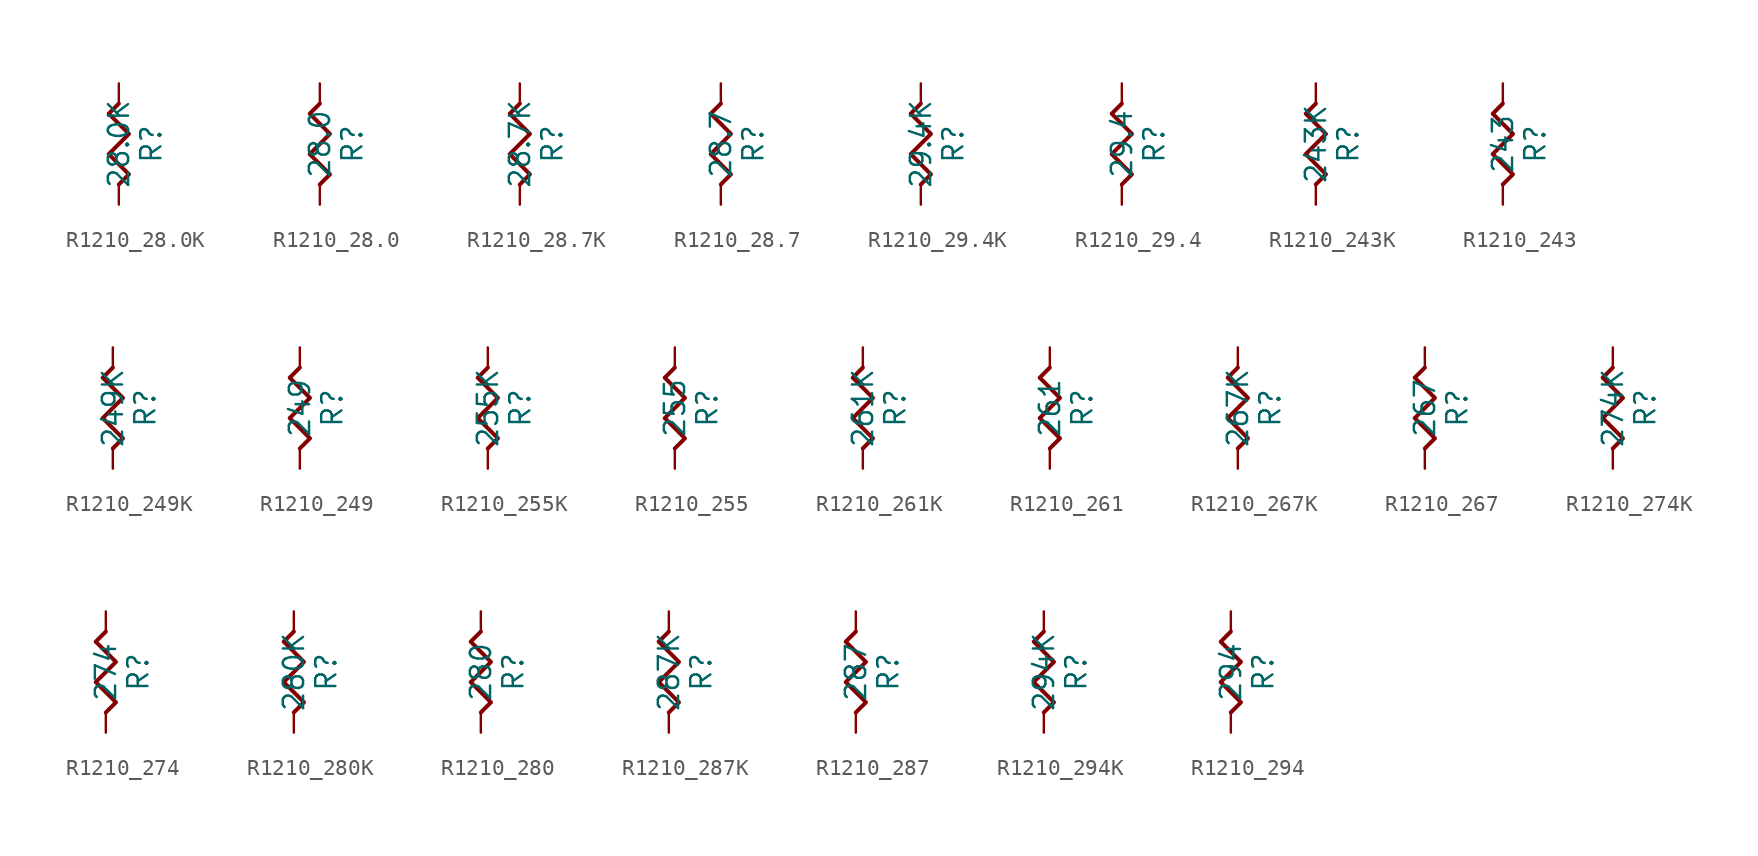
<source format=kicad_sym>
(kicad_symbol_lib
  (version 20211014)
  (generator atlantix-eda)
  (symbol "R1210_28.0K"
    (pin_numbers hide)
    (pin_names
      (offset 0))
    (property "Reference" "R"
      (at 2.032 0 90)
      (effects (font (size 1.27 1.27))))
    (property "Value" "28.0K"
      (at 0 0 90)
      (effects (font (size 1.27 1.27))))
    (symbol "R1210_28.0K_0_1"
      (polyline (pts (xy 0 -2.54) (xy 0.635 -1.905) (xy -0.635 -0.635) (xy 0.635 0.635) (xy -0.635 1.905) (xy 0 2.54)) (stroke (width 0.254) (type default) (color 0 0 0 0)) (fill (type none))))
    (symbol "R1210_28.0K_1_1"
      (pin passive line (at 0 3.81 270) (length 1.27) (name "~" (effects (font (size 1.27 1.27)))) (number "1" (effects (font (size 1.27 1.27)))))
      (pin passive line (at 0 -3.81 90) (length 1.27) (name "~" (effects (font (size 1.27 1.27)))) (number "2" (effects (font (size 1.27 1.27)))))))
  (symbol "R1210_28.0"
    (pin_numbers hide)
    (pin_names
      (offset 0))
    (property "Reference" "R"
      (at 2.032 0 90)
      (effects (font (size 1.27 1.27))))
    (property "Value" "28.0"
      (at 0 0 90)
      (effects (font (size 1.27 1.27))))
    (symbol "R1210_28.0_0_1"
      (polyline (pts (xy 0 -2.54) (xy 0.635 -1.905) (xy -0.635 -0.635) (xy 0.635 0.635) (xy -0.635 1.905) (xy 0 2.54)) (stroke (width 0.254) (type default) (color 0 0 0 0)) (fill (type none))))
    (symbol "R1210_28.0_1_1"
      (pin passive line (at 0 3.81 270) (length 1.27) (name "~" (effects (font (size 1.27 1.27)))) (number "1" (effects (font (size 1.27 1.27)))))
      (pin passive line (at 0 -3.81 90) (length 1.27) (name "~" (effects (font (size 1.27 1.27)))) (number "2" (effects (font (size 1.27 1.27)))))))
  (symbol "R1210_28.7K"
    (pin_numbers hide)
    (pin_names
      (offset 0))
    (property "Reference" "R"
      (at 2.032 0 90)
      (effects (font (size 1.27 1.27))))
    (property "Value" "28.7K"
      (at 0 0 90)
      (effects (font (size 1.27 1.27))))
    (symbol "R1210_28.7K_0_1"
      (polyline (pts (xy 0 -2.54) (xy 0.635 -1.905) (xy -0.635 -0.635) (xy 0.635 0.635) (xy -0.635 1.905) (xy 0 2.54)) (stroke (width 0.254) (type default) (color 0 0 0 0)) (fill (type none))))
    (symbol "R1210_28.7K_1_1"
      (pin passive line (at 0 3.81 270) (length 1.27) (name "~" (effects (font (size 1.27 1.27)))) (number "1" (effects (font (size 1.27 1.27)))))
      (pin passive line (at 0 -3.81 90) (length 1.27) (name "~" (effects (font (size 1.27 1.27)))) (number "2" (effects (font (size 1.27 1.27)))))))
  (symbol "R1210_28.7"
    (pin_numbers hide)
    (pin_names
      (offset 0))
    (property "Reference" "R"
      (at 2.032 0 90)
      (effects (font (size 1.27 1.27))))
    (property "Value" "28.7"
      (at 0 0 90)
      (effects (font (size 1.27 1.27))))
    (symbol "R1210_28.7_0_1"
      (polyline (pts (xy 0 -2.54) (xy 0.635 -1.905) (xy -0.635 -0.635) (xy 0.635 0.635) (xy -0.635 1.905) (xy 0 2.54)) (stroke (width 0.254) (type default) (color 0 0 0 0)) (fill (type none))))
    (symbol "R1210_28.7_1_1"
      (pin passive line (at 0 3.81 270) (length 1.27) (name "~" (effects (font (size 1.27 1.27)))) (number "1" (effects (font (size 1.27 1.27)))))
      (pin passive line (at 0 -3.81 90) (length 1.27) (name "~" (effects (font (size 1.27 1.27)))) (number "2" (effects (font (size 1.27 1.27)))))))
  (symbol "R1210_29.4K"
    (pin_numbers hide)
    (pin_names
      (offset 0))
    (property "Reference" "R"
      (at 2.032 0 90)
      (effects (font (size 1.27 1.27))))
    (property "Value" "29.4K"
      (at 0 0 90)
      (effects (font (size 1.27 1.27))))
    (symbol "R1210_29.4K_0_1"
      (polyline (pts (xy 0 -2.54) (xy 0.635 -1.905) (xy -0.635 -0.635) (xy 0.635 0.635) (xy -0.635 1.905) (xy 0 2.54)) (stroke (width 0.254) (type default) (color 0 0 0 0)) (fill (type none))))
    (symbol "R1210_29.4K_1_1"
      (pin passive line (at 0 3.81 270) (length 1.27) (name "~" (effects (font (size 1.27 1.27)))) (number "1" (effects (font (size 1.27 1.27)))))
      (pin passive line (at 0 -3.81 90) (length 1.27) (name "~" (effects (font (size 1.27 1.27)))) (number "2" (effects (font (size 1.27 1.27)))))))
  (symbol "R1210_29.4"
    (pin_numbers hide)
    (pin_names
      (offset 0))
    (property "Reference" "R"
      (at 2.032 0 90)
      (effects (font (size 1.27 1.27))))
    (property "Value" "29.4"
      (at 0 0 90)
      (effects (font (size 1.27 1.27))))
    (symbol "R1210_29.4_0_1"
      (polyline (pts (xy 0 -2.54) (xy 0.635 -1.905) (xy -0.635 -0.635) (xy 0.635 0.635) (xy -0.635 1.905) (xy 0 2.54)) (stroke (width 0.254) (type default) (color 0 0 0 0)) (fill (type none))))
    (symbol "R1210_29.4_1_1"
      (pin passive line (at 0 3.81 270) (length 1.27) (name "~" (effects (font (size 1.27 1.27)))) (number "1" (effects (font (size 1.27 1.27)))))
      (pin passive line (at 0 -3.81 90) (length 1.27) (name "~" (effects (font (size 1.27 1.27)))) (number "2" (effects (font (size 1.27 1.27)))))))
  (symbol "R1210_243K"
    (pin_numbers hide)
    (pin_names
      (offset 0))
    (property "Reference" "R"
      (at 2.032 0 90)
      (effects (font (size 1.27 1.27))))
    (property "Value" "243K"
      (at 0 0 90)
      (effects (font (size 1.27 1.27))))
    (symbol "R1210_243K_0_1"
      (polyline (pts (xy 0 -2.54) (xy 0.635 -1.905) (xy -0.635 -0.635) (xy 0.635 0.635) (xy -0.635 1.905) (xy 0 2.54)) (stroke (width 0.254) (type default) (color 0 0 0 0)) (fill (type none))))
    (symbol "R1210_243K_1_1"
      (pin passive line (at 0 3.81 270) (length 1.27) (name "~" (effects (font (size 1.27 1.27)))) (number "1" (effects (font (size 1.27 1.27)))))
      (pin passive line (at 0 -3.81 90) (length 1.27) (name "~" (effects (font (size 1.27 1.27)))) (number "2" (effects (font (size 1.27 1.27)))))))
  (symbol "R1210_243"
    (pin_numbers hide)
    (pin_names
      (offset 0))
    (property "Reference" "R"
      (at 2.032 0 90)
      (effects (font (size 1.27 1.27))))
    (property "Value" "243"
      (at 0 0 90)
      (effects (font (size 1.27 1.27))))
    (symbol "R1210_243_0_1"
      (polyline (pts (xy 0 -2.54) (xy 0.635 -1.905) (xy -0.635 -0.635) (xy 0.635 0.635) (xy -0.635 1.905) (xy 0 2.54)) (stroke (width 0.254) (type default) (color 0 0 0 0)) (fill (type none))))
    (symbol "R1210_243_1_1"
      (pin passive line (at 0 3.81 270) (length 1.27) (name "~" (effects (font (size 1.27 1.27)))) (number "1" (effects (font (size 1.27 1.27)))))
      (pin passive line (at 0 -3.81 90) (length 1.27) (name "~" (effects (font (size 1.27 1.27)))) (number "2" (effects (font (size 1.27 1.27)))))))
  (symbol "R1210_249K"
    (pin_numbers hide)
    (pin_names
      (offset 0))
    (property "Reference" "R"
      (at 2.032 0 90)
      (effects (font (size 1.27 1.27))))
    (property "Value" "249K"
      (at 0 0 90)
      (effects (font (size 1.27 1.27))))
    (symbol "R1210_249K_0_1"
      (polyline (pts (xy 0 -2.54) (xy 0.635 -1.905) (xy -0.635 -0.635) (xy 0.635 0.635) (xy -0.635 1.905) (xy 0 2.54)) (stroke (width 0.254) (type default) (color 0 0 0 0)) (fill (type none))))
    (symbol "R1210_249K_1_1"
      (pin passive line (at 0 3.81 270) (length 1.27) (name "~" (effects (font (size 1.27 1.27)))) (number "1" (effects (font (size 1.27 1.27)))))
      (pin passive line (at 0 -3.81 90) (length 1.27) (name "~" (effects (font (size 1.27 1.27)))) (number "2" (effects (font (size 1.27 1.27)))))))
  (symbol "R1210_249"
    (pin_numbers hide)
    (pin_names
      (offset 0))
    (property "Reference" "R"
      (at 2.032 0 90)
      (effects (font (size 1.27 1.27))))
    (property "Value" "249"
      (at 0 0 90)
      (effects (font (size 1.27 1.27))))
    (symbol "R1210_249_0_1"
      (polyline (pts (xy 0 -2.54) (xy 0.635 -1.905) (xy -0.635 -0.635) (xy 0.635 0.635) (xy -0.635 1.905) (xy 0 2.54)) (stroke (width 0.254) (type default) (color 0 0 0 0)) (fill (type none))))
    (symbol "R1210_249_1_1"
      (pin passive line (at 0 3.81 270) (length 1.27) (name "~" (effects (font (size 1.27 1.27)))) (number "1" (effects (font (size 1.27 1.27)))))
      (pin passive line (at 0 -3.81 90) (length 1.27) (name "~" (effects (font (size 1.27 1.27)))) (number "2" (effects (font (size 1.27 1.27)))))))
  (symbol "R1210_255K"
    (pin_numbers hide)
    (pin_names
      (offset 0))
    (property "Reference" "R"
      (at 2.032 0 90)
      (effects (font (size 1.27 1.27))))
    (property "Value" "255K"
      (at 0 0 90)
      (effects (font (size 1.27 1.27))))
    (symbol "R1210_255K_0_1"
      (polyline (pts (xy 0 -2.54) (xy 0.635 -1.905) (xy -0.635 -0.635) (xy 0.635 0.635) (xy -0.635 1.905) (xy 0 2.54)) (stroke (width 0.254) (type default) (color 0 0 0 0)) (fill (type none))))
    (symbol "R1210_255K_1_1"
      (pin passive line (at 0 3.81 270) (length 1.27) (name "~" (effects (font (size 1.27 1.27)))) (number "1" (effects (font (size 1.27 1.27)))))
      (pin passive line (at 0 -3.81 90) (length 1.27) (name "~" (effects (font (size 1.27 1.27)))) (number "2" (effects (font (size 1.27 1.27)))))))
  (symbol "R1210_255"
    (pin_numbers hide)
    (pin_names
      (offset 0))
    (property "Reference" "R"
      (at 2.032 0 90)
      (effects (font (size 1.27 1.27))))
    (property "Value" "255"
      (at 0 0 90)
      (effects (font (size 1.27 1.27))))
    (symbol "R1210_255_0_1"
      (polyline (pts (xy 0 -2.54) (xy 0.635 -1.905) (xy -0.635 -0.635) (xy 0.635 0.635) (xy -0.635 1.905) (xy 0 2.54)) (stroke (width 0.254) (type default) (color 0 0 0 0)) (fill (type none))))
    (symbol "R1210_255_1_1"
      (pin passive line (at 0 3.81 270) (length 1.27) (name "~" (effects (font (size 1.27 1.27)))) (number "1" (effects (font (size 1.27 1.27)))))
      (pin passive line (at 0 -3.81 90) (length 1.27) (name "~" (effects (font (size 1.27 1.27)))) (number "2" (effects (font (size 1.27 1.27)))))))
  (symbol "R1210_261K"
    (pin_numbers hide)
    (pin_names
      (offset 0))
    (property "Reference" "R"
      (at 2.032 0 90)
      (effects (font (size 1.27 1.27))))
    (property "Value" "261K"
      (at 0 0 90)
      (effects (font (size 1.27 1.27))))
    (symbol "R1210_261K_0_1"
      (polyline (pts (xy 0 -2.54) (xy 0.635 -1.905) (xy -0.635 -0.635) (xy 0.635 0.635) (xy -0.635 1.905) (xy 0 2.54)) (stroke (width 0.254) (type default) (color 0 0 0 0)) (fill (type none))))
    (symbol "R1210_261K_1_1"
      (pin passive line (at 0 3.81 270) (length 1.27) (name "~" (effects (font (size 1.27 1.27)))) (number "1" (effects (font (size 1.27 1.27)))))
      (pin passive line (at 0 -3.81 90) (length 1.27) (name "~" (effects (font (size 1.27 1.27)))) (number "2" (effects (font (size 1.27 1.27)))))))
  (symbol "R1210_261"
    (pin_numbers hide)
    (pin_names
      (offset 0))
    (property "Reference" "R"
      (at 2.032 0 90)
      (effects (font (size 1.27 1.27))))
    (property "Value" "261"
      (at 0 0 90)
      (effects (font (size 1.27 1.27))))
    (symbol "R1210_261_0_1"
      (polyline (pts (xy 0 -2.54) (xy 0.635 -1.905) (xy -0.635 -0.635) (xy 0.635 0.635) (xy -0.635 1.905) (xy 0 2.54)) (stroke (width 0.254) (type default) (color 0 0 0 0)) (fill (type none))))
    (symbol "R1210_261_1_1"
      (pin passive line (at 0 3.81 270) (length 1.27) (name "~" (effects (font (size 1.27 1.27)))) (number "1" (effects (font (size 1.27 1.27)))))
      (pin passive line (at 0 -3.81 90) (length 1.27) (name "~" (effects (font (size 1.27 1.27)))) (number "2" (effects (font (size 1.27 1.27)))))))
  (symbol "R1210_267K"
    (pin_numbers hide)
    (pin_names
      (offset 0))
    (property "Reference" "R"
      (at 2.032 0 90)
      (effects (font (size 1.27 1.27))))
    (property "Value" "267K"
      (at 0 0 90)
      (effects (font (size 1.27 1.27))))
    (symbol "R1210_267K_0_1"
      (polyline (pts (xy 0 -2.54) (xy 0.635 -1.905) (xy -0.635 -0.635) (xy 0.635 0.635) (xy -0.635 1.905) (xy 0 2.54)) (stroke (width 0.254) (type default) (color 0 0 0 0)) (fill (type none))))
    (symbol "R1210_267K_1_1"
      (pin passive line (at 0 3.81 270) (length 1.27) (name "~" (effects (font (size 1.27 1.27)))) (number "1" (effects (font (size 1.27 1.27)))))
      (pin passive line (at 0 -3.81 90) (length 1.27) (name "~" (effects (font (size 1.27 1.27)))) (number "2" (effects (font (size 1.27 1.27)))))))
  (symbol "R1210_267"
    (pin_numbers hide)
    (pin_names
      (offset 0))
    (property "Reference" "R"
      (at 2.032 0 90)
      (effects (font (size 1.27 1.27))))
    (property "Value" "267"
      (at 0 0 90)
      (effects (font (size 1.27 1.27))))
    (symbol "R1210_267_0_1"
      (polyline (pts (xy 0 -2.54) (xy 0.635 -1.905) (xy -0.635 -0.635) (xy 0.635 0.635) (xy -0.635 1.905) (xy 0 2.54)) (stroke (width 0.254) (type default) (color 0 0 0 0)) (fill (type none))))
    (symbol "R1210_267_1_1"
      (pin passive line (at 0 3.81 270) (length 1.27) (name "~" (effects (font (size 1.27 1.27)))) (number "1" (effects (font (size 1.27 1.27)))))
      (pin passive line (at 0 -3.81 90) (length 1.27) (name "~" (effects (font (size 1.27 1.27)))) (number "2" (effects (font (size 1.27 1.27)))))))
  (symbol "R1210_274K"
    (pin_numbers hide)
    (pin_names
      (offset 0))
    (property "Reference" "R"
      (at 2.032 0 90)
      (effects (font (size 1.27 1.27))))
    (property "Value" "274K"
      (at 0 0 90)
      (effects (font (size 1.27 1.27))))
    (symbol "R1210_274K_0_1"
      (polyline (pts (xy 0 -2.54) (xy 0.635 -1.905) (xy -0.635 -0.635) (xy 0.635 0.635) (xy -0.635 1.905) (xy 0 2.54)) (stroke (width 0.254) (type default) (color 0 0 0 0)) (fill (type none))))
    (symbol "R1210_274K_1_1"
      (pin passive line (at 0 3.81 270) (length 1.27) (name "~" (effects (font (size 1.27 1.27)))) (number "1" (effects (font (size 1.27 1.27)))))
      (pin passive line (at 0 -3.81 90) (length 1.27) (name "~" (effects (font (size 1.27 1.27)))) (number "2" (effects (font (size 1.27 1.27)))))))
  (symbol "R1210_274"
    (pin_numbers hide)
    (pin_names
      (offset 0))
    (property "Reference" "R"
      (at 2.032 0 90)
      (effects (font (size 1.27 1.27))))
    (property "Value" "274"
      (at 0 0 90)
      (effects (font (size 1.27 1.27))))
    (symbol "R1210_274_0_1"
      (polyline (pts (xy 0 -2.54) (xy 0.635 -1.905) (xy -0.635 -0.635) (xy 0.635 0.635) (xy -0.635 1.905) (xy 0 2.54)) (stroke (width 0.254) (type default) (color 0 0 0 0)) (fill (type none))))
    (symbol "R1210_274_1_1"
      (pin passive line (at 0 3.81 270) (length 1.27) (name "~" (effects (font (size 1.27 1.27)))) (number "1" (effects (font (size 1.27 1.27)))))
      (pin passive line (at 0 -3.81 90) (length 1.27) (name "~" (effects (font (size 1.27 1.27)))) (number "2" (effects (font (size 1.27 1.27)))))))
  (symbol "R1210_280K"
    (pin_numbers hide)
    (pin_names
      (offset 0))
    (property "Reference" "R"
      (at 2.032 0 90)
      (effects (font (size 1.27 1.27))))
    (property "Value" "280K"
      (at 0 0 90)
      (effects (font (size 1.27 1.27))))
    (symbol "R1210_280K_0_1"
      (polyline (pts (xy 0 -2.54) (xy 0.635 -1.905) (xy -0.635 -0.635) (xy 0.635 0.635) (xy -0.635 1.905) (xy 0 2.54)) (stroke (width 0.254) (type default) (color 0 0 0 0)) (fill (type none))))
    (symbol "R1210_280K_1_1"
      (pin passive line (at 0 3.81 270) (length 1.27) (name "~" (effects (font (size 1.27 1.27)))) (number "1" (effects (font (size 1.27 1.27)))))
      (pin passive line (at 0 -3.81 90) (length 1.27) (name "~" (effects (font (size 1.27 1.27)))) (number "2" (effects (font (size 1.27 1.27)))))))
  (symbol "R1210_280"
    (pin_numbers hide)
    (pin_names
      (offset 0))
    (property "Reference" "R"
      (at 2.032 0 90)
      (effects (font (size 1.27 1.27))))
    (property "Value" "280"
      (at 0 0 90)
      (effects (font (size 1.27 1.27))))
    (symbol "R1210_280_0_1"
      (polyline (pts (xy 0 -2.54) (xy 0.635 -1.905) (xy -0.635 -0.635) (xy 0.635 0.635) (xy -0.635 1.905) (xy 0 2.54)) (stroke (width 0.254) (type default) (color 0 0 0 0)) (fill (type none))))
    (symbol "R1210_280_1_1"
      (pin passive line (at 0 3.81 270) (length 1.27) (name "~" (effects (font (size 1.27 1.27)))) (number "1" (effects (font (size 1.27 1.27)))))
      (pin passive line (at 0 -3.81 90) (length 1.27) (name "~" (effects (font (size 1.27 1.27)))) (number "2" (effects (font (size 1.27 1.27)))))))
  (symbol "R1210_287K"
    (pin_numbers hide)
    (pin_names
      (offset 0))
    (property "Reference" "R"
      (at 2.032 0 90)
      (effects (font (size 1.27 1.27))))
    (property "Value" "287K"
      (at 0 0 90)
      (effects (font (size 1.27 1.27))))
    (symbol "R1210_287K_0_1"
      (polyline (pts (xy 0 -2.54) (xy 0.635 -1.905) (xy -0.635 -0.635) (xy 0.635 0.635) (xy -0.635 1.905) (xy 0 2.54)) (stroke (width 0.254) (type default) (color 0 0 0 0)) (fill (type none))))
    (symbol "R1210_287K_1_1"
      (pin passive line (at 0 3.81 270) (length 1.27) (name "~" (effects (font (size 1.27 1.27)))) (number "1" (effects (font (size 1.27 1.27)))))
      (pin passive line (at 0 -3.81 90) (length 1.27) (name "~" (effects (font (size 1.27 1.27)))) (number "2" (effects (font (size 1.27 1.27)))))))
  (symbol "R1210_287"
    (pin_numbers hide)
    (pin_names
      (offset 0))
    (property "Reference" "R"
      (at 2.032 0 90)
      (effects (font (size 1.27 1.27))))
    (property "Value" "287"
      (at 0 0 90)
      (effects (font (size 1.27 1.27))))
    (symbol "R1210_287_0_1"
      (polyline (pts (xy 0 -2.54) (xy 0.635 -1.905) (xy -0.635 -0.635) (xy 0.635 0.635) (xy -0.635 1.905) (xy 0 2.54)) (stroke (width 0.254) (type default) (color 0 0 0 0)) (fill (type none))))
    (symbol "R1210_287_1_1"
      (pin passive line (at 0 3.81 270) (length 1.27) (name "~" (effects (font (size 1.27 1.27)))) (number "1" (effects (font (size 1.27 1.27)))))
      (pin passive line (at 0 -3.81 90) (length 1.27) (name "~" (effects (font (size 1.27 1.27)))) (number "2" (effects (font (size 1.27 1.27)))))))
  (symbol "R1210_294K"
    (pin_numbers hide)
    (pin_names
      (offset 0))
    (property "Reference" "R"
      (at 2.032 0 90)
      (effects (font (size 1.27 1.27))))
    (property "Value" "294K"
      (at 0 0 90)
      (effects (font (size 1.27 1.27))))
    (symbol "R1210_294K_0_1"
      (polyline (pts (xy 0 -2.54) (xy 0.635 -1.905) (xy -0.635 -0.635) (xy 0.635 0.635) (xy -0.635 1.905) (xy 0 2.54)) (stroke (width 0.254) (type default) (color 0 0 0 0)) (fill (type none))))
    (symbol "R1210_294K_1_1"
      (pin passive line (at 0 3.81 270) (length 1.27) (name "~" (effects (font (size 1.27 1.27)))) (number "1" (effects (font (size 1.27 1.27)))))
      (pin passive line (at 0 -3.81 90) (length 1.27) (name "~" (effects (font (size 1.27 1.27)))) (number "2" (effects (font (size 1.27 1.27)))))))
  (symbol "R1210_294"
    (pin_numbers hide)
    (pin_names
      (offset 0))
    (property "Reference" "R"
      (at 2.032 0 90)
      (effects (font (size 1.27 1.27))))
    (property "Value" "294"
      (at 0 0 90)
      (effects (font (size 1.27 1.27))))
    (symbol "R1210_294_0_1"
      (polyline (pts (xy 0 -2.54) (xy 0.635 -1.905) (xy -0.635 -0.635) (xy 0.635 0.635) (xy -0.635 1.905) (xy 0 2.54)) (stroke (width 0.254) (type default) (color 0 0 0 0)) (fill (type none))))
    (symbol "R1210_294_1_1"
      (pin passive line (at 0 3.81 270) (length 1.27) (name "~" (effects (font (size 1.27 1.27)))) (number "1" (effects (font (size 1.27 1.27)))))
      (pin passive line (at 0 -3.81 90) (length 1.27) (name "~" (effects (font (size 1.27 1.27)))) (number "2" (effects (font (size 1.27 1.27))))))))
</source>
